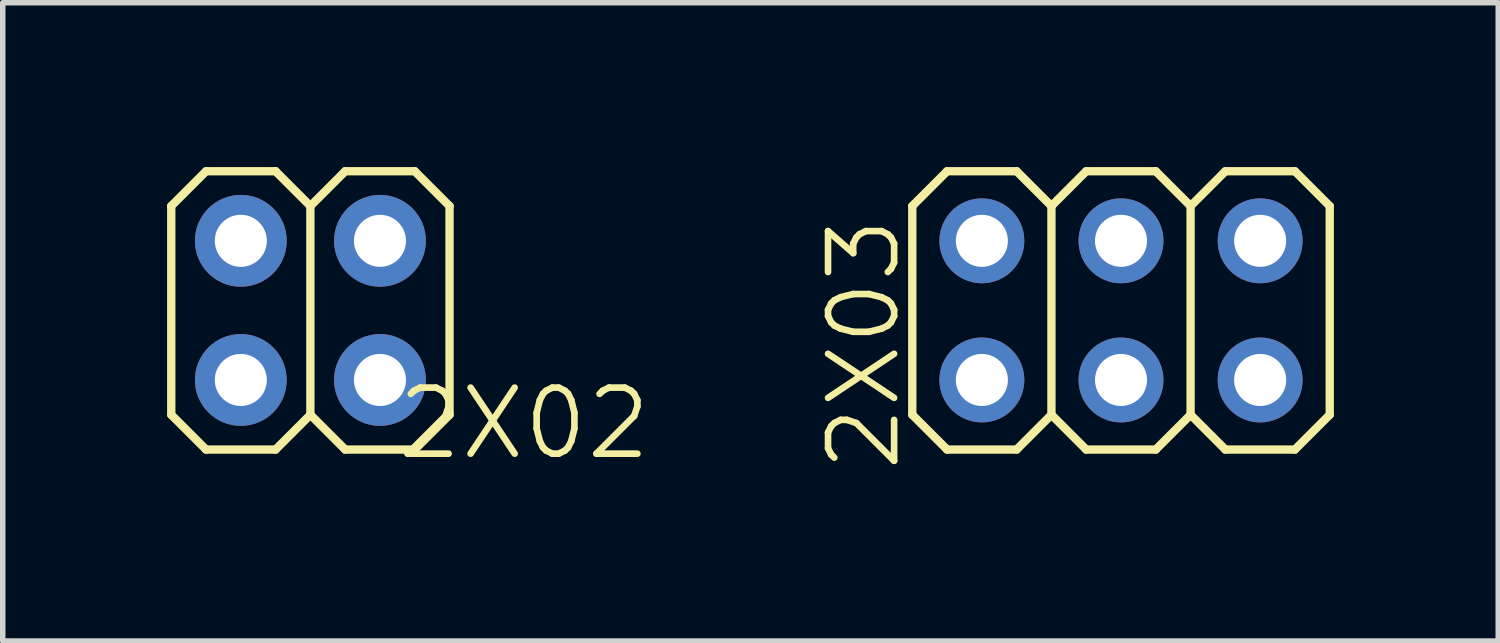
<source format=kicad_pcb>
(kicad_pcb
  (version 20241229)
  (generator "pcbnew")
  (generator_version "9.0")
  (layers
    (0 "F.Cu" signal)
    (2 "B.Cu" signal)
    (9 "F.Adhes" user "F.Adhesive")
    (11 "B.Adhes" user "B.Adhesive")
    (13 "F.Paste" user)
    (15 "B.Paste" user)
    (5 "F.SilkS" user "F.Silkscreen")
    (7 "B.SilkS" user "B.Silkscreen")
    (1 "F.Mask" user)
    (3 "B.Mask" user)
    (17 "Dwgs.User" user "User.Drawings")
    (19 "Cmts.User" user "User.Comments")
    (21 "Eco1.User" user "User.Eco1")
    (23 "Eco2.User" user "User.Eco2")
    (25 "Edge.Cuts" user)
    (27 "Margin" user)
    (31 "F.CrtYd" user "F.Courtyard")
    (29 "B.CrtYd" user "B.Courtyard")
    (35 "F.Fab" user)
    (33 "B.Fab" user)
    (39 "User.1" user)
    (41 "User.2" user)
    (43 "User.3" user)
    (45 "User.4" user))
  (footprint "2X03"
    (layer "F.Cu")
    (at 17.413 2.616)
    (property "Reference" "2X03" (at -3.988 2.997 270) (layer "F.SilkS") (effects (font (size 1.206 1.206) (thickness 0.121)) (justify left bottom)))
    (attr through_hole)
    (fp_line (start -3.81 -1.905) (end -3.175 -2.54) (stroke (width 0.152) (type solid)) (layer "F.SilkS"))
    (fp_line (start -3.81 1.905) (end -3.81 -1.905) (stroke (width 0.152) (type solid)) (layer "F.SilkS"))
    (fp_line (start -3.81 1.905) (end -3.175 2.54) (stroke (width 0.152) (type solid)) (layer "F.SilkS"))
    (fp_line (start -3.175 -2.54) (end -1.905 -2.54) (stroke (width 0.152) (type solid)) (layer "F.SilkS"))
    (fp_line (start -3.175 2.54) (end -1.905 2.54) (stroke (width 0.152) (type solid)) (layer "F.SilkS"))
    (fp_line (start -1.905 -2.54) (end -1.27 -1.905) (stroke (width 0.152) (type solid)) (layer "F.SilkS"))
    (fp_line (start -1.905 2.54) (end -1.27 1.905) (stroke (width 0.152) (type solid)) (layer "F.SilkS"))
    (fp_line (start -1.27 -1.905) (end -1.27 1.905) (stroke (width 0.152) (type solid)) (layer "F.SilkS"))
    (fp_line (start -1.27 -1.905) (end -0.635 -2.54) (stroke (width 0.152) (type solid)) (layer "F.SilkS"))
    (fp_line (start -1.27 1.905) (end -0.635 2.54) (stroke (width 0.152) (type solid)) (layer "F.SilkS"))
    (fp_line (start -0.635 -2.54) (end 0.635 -2.54) (stroke (width 0.152) (type solid)) (layer "F.SilkS"))
    (fp_line (start -0.635 2.54) (end 0.635 2.54) (stroke (width 0.152) (type solid)) (layer "F.SilkS"))
    (fp_line (start 0.635 -2.54) (end 1.27 -1.905) (stroke (width 0.152) (type solid)) (layer "F.SilkS"))
    (fp_line (start 0.635 2.54) (end 1.27 1.905) (stroke (width 0.152) (type solid)) (layer "F.SilkS"))
    (fp_line (start 1.27 -1.905) (end 1.27 1.905) (stroke (width 0.152) (type solid)) (layer "F.SilkS"))
    (fp_line (start 1.27 -1.905) (end 1.905 -2.54) (stroke (width 0.152) (type solid)) (layer "F.SilkS"))
    (fp_line (start 1.27 1.905) (end 1.905 2.54) (stroke (width 0.152) (type solid)) (layer "F.SilkS"))
    (fp_line (start 1.905 -2.54) (end 3.175 -2.54) (stroke (width 0.152) (type solid)) (layer "F.SilkS"))
    (fp_line (start 1.905 2.54) (end 3.175 2.54) (stroke (width 0.152) (type solid)) (layer "F.SilkS"))
    (fp_line (start 3.175 -2.54) (end 3.81 -1.905) (stroke (width 0.152) (type solid)) (layer "F.SilkS"))
    (fp_line (start 3.175 2.54) (end 3.81 1.905) (stroke (width 0.152) (type solid)) (layer "F.SilkS"))
    (fp_line (start 3.81 -1.905) (end 3.81 1.905) (stroke (width 0.152) (type solid)) (layer "F.SilkS"))
    (fp_poly (pts (xy -2.794 -1.016) (xy -2.286 -1.016) (xy -2.286 -1.524) (xy -2.794 -1.524)) (stroke (width 0.1) (type solid)) (fill no) (layer "F.Fab"))
    (fp_poly (pts (xy -2.794 1.524) (xy -2.286 1.524) (xy -2.286 1.016) (xy -2.794 1.016)) (stroke (width 0.1) (type solid)) (fill no) (layer "F.Fab"))
    (fp_poly (pts (xy -0.254 -1.016) (xy 0.254 -1.016) (xy 0.254 -1.524) (xy -0.254 -1.524)) (stroke (width 0.1) (type solid)) (fill no) (layer "F.Fab"))
    (fp_poly (pts (xy -0.254 1.524) (xy 0.254 1.524) (xy 0.254 1.016) (xy -0.254 1.016)) (stroke (width 0.1) (type solid)) (fill no) (layer "F.Fab"))
    (fp_poly (pts (xy 2.286 -1.016) (xy 2.794 -1.016) (xy 2.794 -1.524) (xy 2.286 -1.524)) (stroke (width 0.1) (type solid)) (fill no) (layer "F.Fab"))
    (fp_poly (pts (xy 2.286 1.524) (xy 2.794 1.524) (xy 2.794 1.016) (xy 2.286 1.016)) (stroke (width 0.1) (type solid)) (fill no) (layer "F.Fab"))
    (pad "1" thru_hole circle (at -2.54 1.27) (size 1.55 1.55) (drill 0.95) (layers "*.Cu" "*.Mask"))
    (pad "2" thru_hole circle (at -2.54 -1.27) (size 1.55 1.55) (drill 0.95) (layers "*.Cu" "*.Mask"))
    (pad "3" thru_hole circle (at 0 1.27) (size 1.55 1.55) (drill 0.95) (layers "*.Cu" "*.Mask"))
    (pad "4" thru_hole circle (at 0 -1.27) (size 1.55 1.55) (drill 0.95) (layers "*.Cu" "*.Mask"))
    (pad "5" thru_hole circle (at 2.54 1.27) (size 1.55 1.55) (drill 0.95) (layers "*.Cu" "*.Mask"))
    (pad "6" thru_hole circle (at 2.54 -1.27) (size 1.55 1.55) (drill 0.95) (layers "*.Cu" "*.Mask")))
  (footprint "2X02"
    (layer "F.Cu")
    (at 2.616 2.616)
    (property "Reference" "2X02" (at 1.524 2.769 180) (layer "F.SilkS") (effects (font (size 1.206 1.206) (thickness 0.121)) (justify left bottom)))
    (attr through_hole)
    (fp_line (start -2.54 -1.905) (end -1.905 -2.54) (stroke (width 0.152) (type solid)) (layer "F.SilkS"))
    (fp_line (start -2.54 1.905) (end -2.54 -1.905) (stroke (width 0.152) (type solid)) (layer "F.SilkS"))
    (fp_line (start -2.54 1.905) (end -1.905 2.54) (stroke (width 0.152) (type solid)) (layer "F.SilkS"))
    (fp_line (start -1.905 -2.54) (end -0.635 -2.54) (stroke (width 0.152) (type solid)) (layer "F.SilkS"))
    (fp_line (start -1.905 2.54) (end -0.635 2.54) (stroke (width 0.152) (type solid)) (layer "F.SilkS"))
    (fp_line (start -0.635 -2.54) (end 0 -1.905) (stroke (width 0.152) (type solid)) (layer "F.SilkS"))
    (fp_line (start -0.635 2.54) (end 0 1.905) (stroke (width 0.152) (type solid)) (layer "F.SilkS"))
    (fp_line (start 0 -1.905) (end 0 1.905) (stroke (width 0.152) (type solid)) (layer "F.SilkS"))
    (fp_line (start 0 -1.905) (end 0.635 -2.54) (stroke (width 0.152) (type solid)) (layer "F.SilkS"))
    (fp_line (start 0 1.905) (end 0.635 2.54) (stroke (width 0.152) (type solid)) (layer "F.SilkS"))
    (fp_line (start 0.635 -2.54) (end 1.905 -2.54) (stroke (width 0.152) (type solid)) (layer "F.SilkS"))
    (fp_line (start 0.635 2.54) (end 1.905 2.54) (stroke (width 0.152) (type solid)) (layer "F.SilkS"))
    (fp_line (start 1.905 -2.54) (end 2.54 -1.905) (stroke (width 0.152) (type solid)) (layer "F.SilkS"))
    (fp_line (start 1.905 2.54) (end 2.54 1.905) (stroke (width 0.152) (type solid)) (layer "F.SilkS"))
    (fp_line (start 2.54 -1.905) (end 2.54 1.905) (stroke (width 0.152) (type solid)) (layer "F.SilkS"))
    (fp_poly (pts (xy -1.524 -1.016) (xy -1.016 -1.016) (xy -1.016 -1.524) (xy -1.524 -1.524)) (stroke (width 0.1) (type solid)) (fill no) (layer "F.Fab"))
    (fp_poly (pts (xy -1.524 1.524) (xy -1.016 1.524) (xy -1.016 1.016) (xy -1.524 1.016)) (stroke (width 0.1) (type solid)) (fill no) (layer "F.Fab"))
    (fp_poly (pts (xy 1.016 -1.016) (xy 1.524 -1.016) (xy 1.524 -1.524) (xy 1.016 -1.524)) (stroke (width 0.1) (type solid)) (fill no) (layer "F.Fab"))
    (fp_poly (pts (xy 1.016 1.524) (xy 1.524 1.524) (xy 1.524 1.016) (xy 1.016 1.016)) (stroke (width 0.1) (type solid)) (fill no) (layer "F.Fab"))
    (pad "1" thru_hole circle (at -1.27 1.27) (size 1.676 1.676) (drill 0.95) (layers "*.Cu" "*.Mask"))
    (pad "2" thru_hole circle (at -1.27 -1.27) (size 1.676 1.676) (drill 0.95) (layers "*.Cu" "*.Mask"))
    (pad "3" thru_hole circle (at 1.27 1.27) (size 1.676 1.676) (drill 0.95) (layers "*.Cu" "*.Mask"))
    (pad "4" thru_hole circle (at 1.27 -1.27) (size 1.676 1.676) (drill 0.95) (layers "*.Cu" "*.Mask")))
  (gr_rect
    (start -3 -3)
    (end 24.299 8.651)
    (stroke (width 0.1) (type default))
    (fill no)
    (layer "Edge.Cuts")))
</source>
